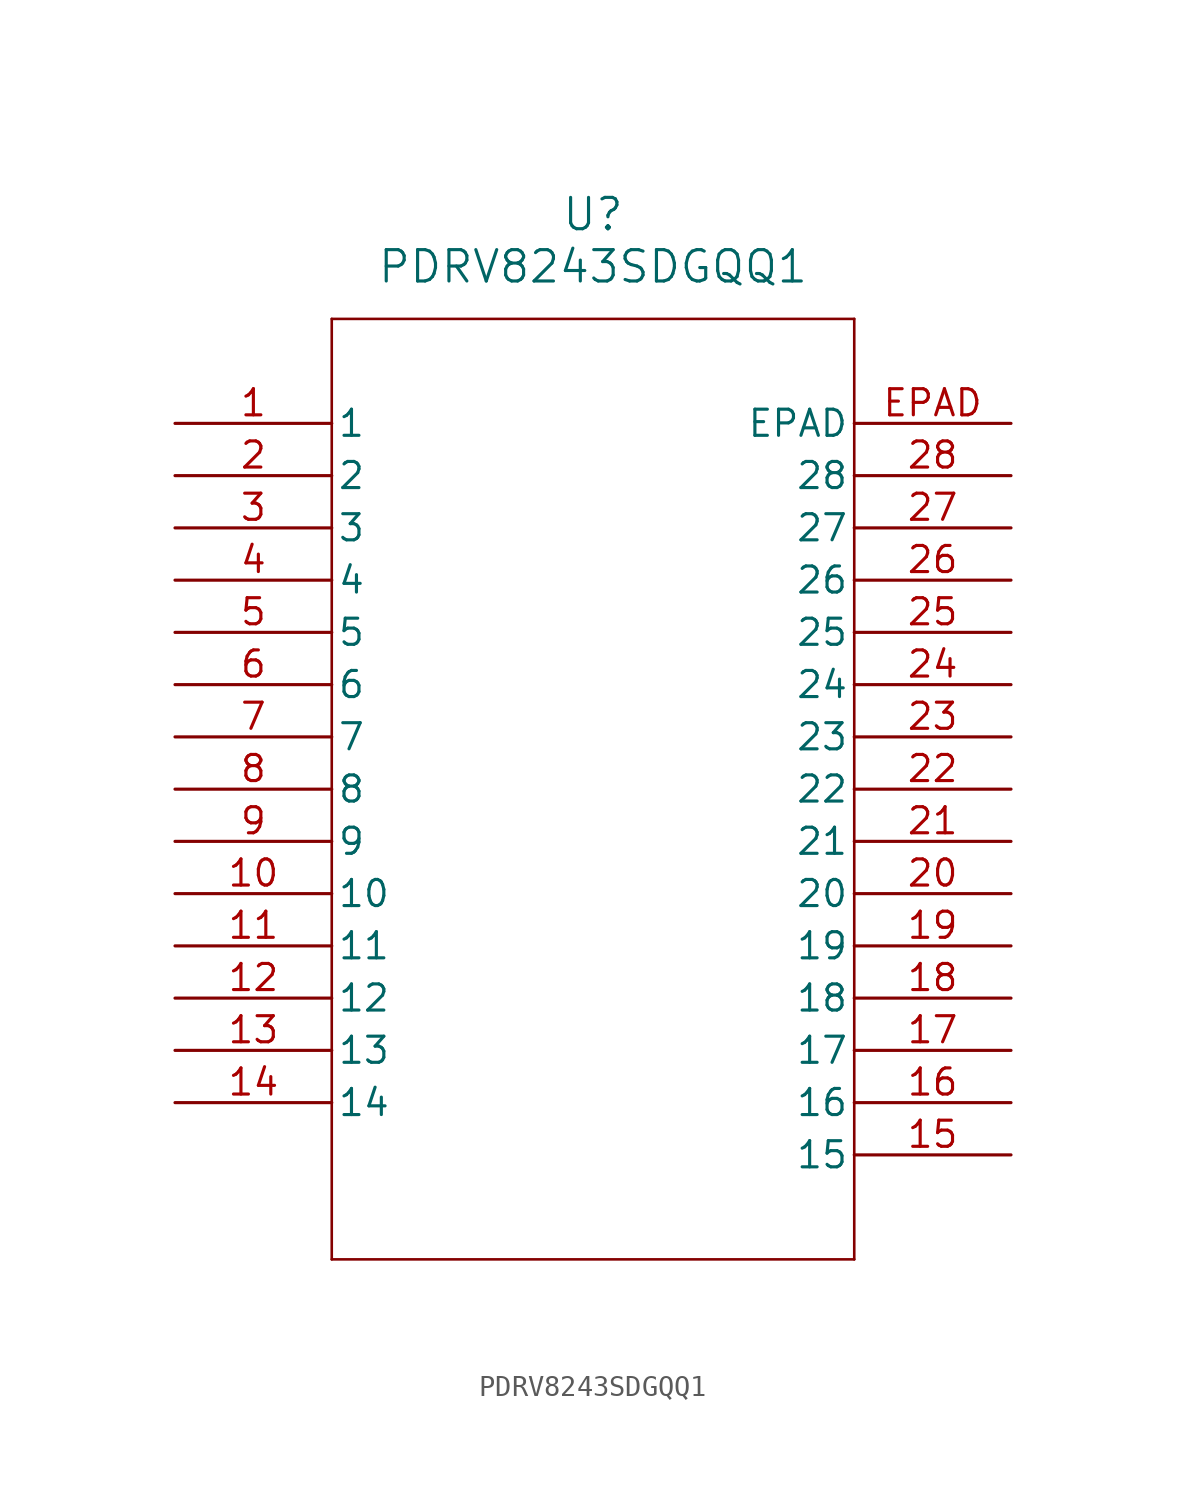
<source format=kicad_sym>
(kicad_symbol_lib
  (version 20211014)
  (generator kicad_symbol_editor)
  (symbol "PDRV8243SDGQQ1"
    (pin_names
      (offset 0.254))
    (property "Reference" "U"
      (at 20.32 10.16 0)
      (effects (font (size 1.524 1.524))))
    (property "Value" "PDRV8243SDGQQ1"
      (at 20.32 7.62 0)
      (effects (font (size 1.524 1.524))))
    (symbol "PDRV8243SDGQQ1_0_1"
      (polyline (pts (xy 7.62 5.08) (xy 7.62 -40.64)) (stroke (width 0.127) (type default) (color 0 0 0 0)) (fill (type none)))
      (polyline (pts (xy 7.62 -40.64) (xy 33.02 -40.64)) (stroke (width 0.127) (type default) (color 0 0 0 0)) (fill (type none)))
      (polyline (pts (xy 33.02 -40.64) (xy 33.02 5.08)) (stroke (width 0.127) (type default) (color 0 0 0 0)) (fill (type none)))
      (polyline (pts (xy 33.02 5.08) (xy 7.62 5.08)) (stroke (width 0.127) (type default) (color 0 0 0 0)) (fill (type none)))
      (pin unspecified line (at 0 0 0) (length 7.62) (name "1" (effects (font (size 1.27 1.27)))) (number "1" (effects (font (size 1.27 1.27)))))
      (pin unspecified line (at 0 -2.54 0) (length 7.62) (name "2" (effects (font (size 1.27 1.27)))) (number "2" (effects (font (size 1.27 1.27)))))
      (pin unspecified line (at 0 -5.08 0) (length 7.62) (name "3" (effects (font (size 1.27 1.27)))) (number "3" (effects (font (size 1.27 1.27)))))
      (pin unspecified line (at 0 -7.62 0) (length 7.62) (name "4" (effects (font (size 1.27 1.27)))) (number "4" (effects (font (size 1.27 1.27)))))
      (pin unspecified line (at 0 -10.16 0) (length 7.62) (name "5" (effects (font (size 1.27 1.27)))) (number "5" (effects (font (size 1.27 1.27)))))
      (pin unspecified line (at 0 -12.7 0) (length 7.62) (name "6" (effects (font (size 1.27 1.27)))) (number "6" (effects (font (size 1.27 1.27)))))
      (pin unspecified line (at 0 -15.24 0) (length 7.62) (name "7" (effects (font (size 1.27 1.27)))) (number "7" (effects (font (size 1.27 1.27)))))
      (pin unspecified line (at 0 -17.78 0) (length 7.62) (name "8" (effects (font (size 1.27 1.27)))) (number "8" (effects (font (size 1.27 1.27)))))
      (pin unspecified line (at 0 -20.32 0) (length 7.62) (name "9" (effects (font (size 1.27 1.27)))) (number "9" (effects (font (size 1.27 1.27)))))
      (pin unspecified line (at 0 -22.86 0) (length 7.62) (name "10" (effects (font (size 1.27 1.27)))) (number "10" (effects (font (size 1.27 1.27)))))
      (pin unspecified line (at 0 -25.4 0) (length 7.62) (name "11" (effects (font (size 1.27 1.27)))) (number "11" (effects (font (size 1.27 1.27)))))
      (pin unspecified line (at 0 -27.94 0) (length 7.62) (name "12" (effects (font (size 1.27 1.27)))) (number "12" (effects (font (size 1.27 1.27)))))
      (pin unspecified line (at 0 -30.48 0) (length 7.62) (name "13" (effects (font (size 1.27 1.27)))) (number "13" (effects (font (size 1.27 1.27)))))
      (pin unspecified line (at 0 -33.02 0) (length 7.62) (name "14" (effects (font (size 1.27 1.27)))) (number "14" (effects (font (size 1.27 1.27)))))
      (pin unspecified line (at 40.64 -35.56 180) (length 7.62) (name "15" (effects (font (size 1.27 1.27)))) (number "15" (effects (font (size 1.27 1.27)))))
      (pin unspecified line (at 40.64 -33.02 180) (length 7.62) (name "16" (effects (font (size 1.27 1.27)))) (number "16" (effects (font (size 1.27 1.27)))))
      (pin unspecified line (at 40.64 -30.48 180) (length 7.62) (name "17" (effects (font (size 1.27 1.27)))) (number "17" (effects (font (size 1.27 1.27)))))
      (pin unspecified line (at 40.64 -27.94 180) (length 7.62) (name "18" (effects (font (size 1.27 1.27)))) (number "18" (effects (font (size 1.27 1.27)))))
      (pin unspecified line (at 40.64 -25.4 180) (length 7.62) (name "19" (effects (font (size 1.27 1.27)))) (number "19" (effects (font (size 1.27 1.27)))))
      (pin unspecified line (at 40.64 -22.86 180) (length 7.62) (name "20" (effects (font (size 1.27 1.27)))) (number "20" (effects (font (size 1.27 1.27)))))
      (pin unspecified line (at 40.64 -20.32 180) (length 7.62) (name "21" (effects (font (size 1.27 1.27)))) (number "21" (effects (font (size 1.27 1.27)))))
      (pin unspecified line (at 40.64 -17.78 180) (length 7.62) (name "22" (effects (font (size 1.27 1.27)))) (number "22" (effects (font (size 1.27 1.27)))))
      (pin unspecified line (at 40.64 -15.24 180) (length 7.62) (name "23" (effects (font (size 1.27 1.27)))) (number "23" (effects (font (size 1.27 1.27)))))
      (pin unspecified line (at 40.64 -12.7 180) (length 7.62) (name "24" (effects (font (size 1.27 1.27)))) (number "24" (effects (font (size 1.27 1.27)))))
      (pin unspecified line (at 40.64 -10.16 180) (length 7.62) (name "25" (effects (font (size 1.27 1.27)))) (number "25" (effects (font (size 1.27 1.27)))))
      (pin unspecified line (at 40.64 -7.62 180) (length 7.62) (name "26" (effects (font (size 1.27 1.27)))) (number "26" (effects (font (size 1.27 1.27)))))
      (pin unspecified line (at 40.64 -5.08 180) (length 7.62) (name "27" (effects (font (size 1.27 1.27)))) (number "27" (effects (font (size 1.27 1.27)))))
      (pin unspecified line (at 40.64 -2.54 180) (length 7.62) (name "28" (effects (font (size 1.27 1.27)))) (number "28" (effects (font (size 1.27 1.27)))))
      (pin unspecified line (at 40.64 0 180) (length 7.62) (name "EPAD" (effects (font (size 1.27 1.27)))) (number "EPAD" (effects (font (size 1.27 1.27))))))))
</source>
